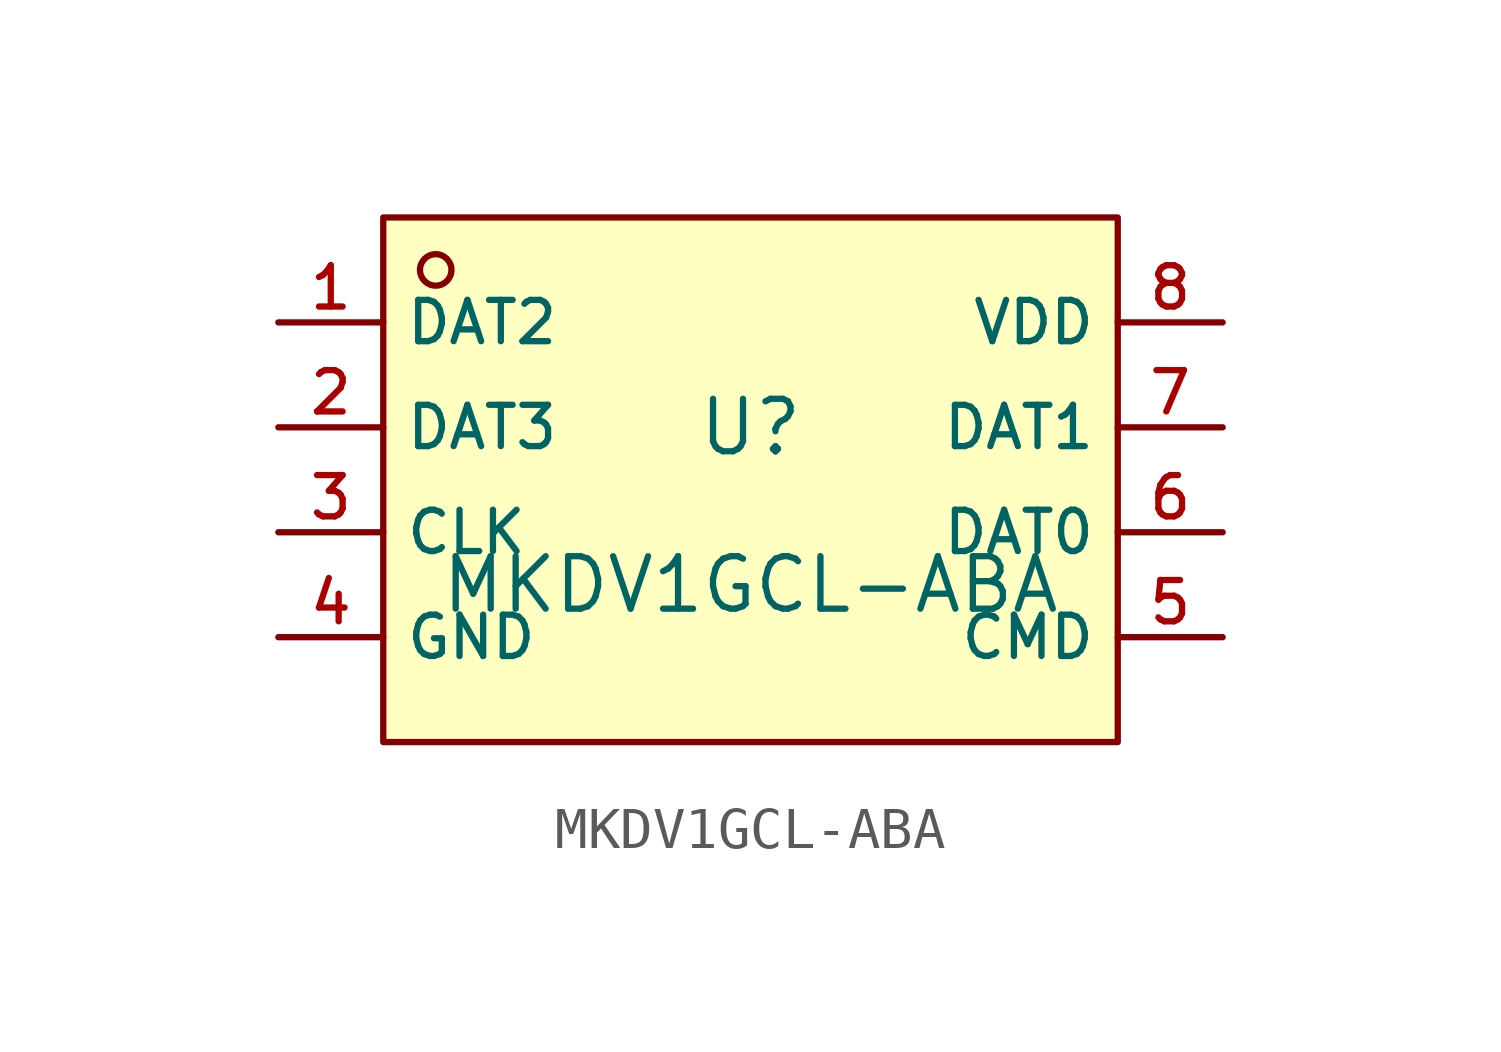
<source format=kicad_sym>
(kicad_symbol_lib
  (version 20231120)
  (generator "kicad_symbol_editor")
  (generator_version "8.0")
  (symbol "MKDV1GCL-ABA"
    (property "Reference" "U"
      (at 0 1.27 0)
      (effects (font (size 1.27 1.27))))
    (property "Value" "MKDV1GCL-ABA"
      (at 0 -2.54 0)
      (effects (font (size 1.27 1.27))))
    (symbol "MKDV1GCL-ABA_0_1"
      (rectangle (start -8.89 6.35) (end 8.89 -6.35) (stroke (width 0) (type default)) (fill (type background)))
      (circle (center -7.62 5.08) (radius 0.381) (stroke (width 0) (type default)) (fill (type background))))
    (symbol "MKDV1GCL-ABA_1_1"
      (pin bidirectional line (at -11.43 3.81 0) (length 2.54) (name "DAT2" (effects (font (size 1 1)))) (number "1" (effects (font (size 1 1)))))
      (pin bidirectional line (at -11.43 1.27 0) (length 2.54) (name "DAT3" (effects (font (size 1 1)))) (number "2" (effects (font (size 1 1)))))
      (pin input line (at -11.43 -1.27 0) (length 2.54) (name "CLK" (effects (font (size 1 1)))) (number "3" (effects (font (size 1 1)))))
      (pin power_in line (at -11.43 -3.81 0) (length 2.54) (name "GND" (effects (font (size 1 1)))) (number "4" (effects (font (size 1 1)))))
      (pin input line (at 11.43 -3.81 180) (length 2.54) (name "CMD" (effects (font (size 1 1)))) (number "5" (effects (font (size 1 1)))))
      (pin bidirectional line (at 11.43 -1.27 180) (length 2.54) (name "DAT0" (effects (font (size 1 1)))) (number "6" (effects (font (size 1 1)))))
      (pin bidirectional line (at 11.43 1.27 180) (length 2.54) (name "DAT1" (effects (font (size 1 1)))) (number "7" (effects (font (size 1 1)))))
      (pin power_in line (at 11.43 3.81 180) (length 2.54) (name "VDD" (effects (font (size 1 1)))) (number "8" (effects (font (size 1 1))))))))
</source>
